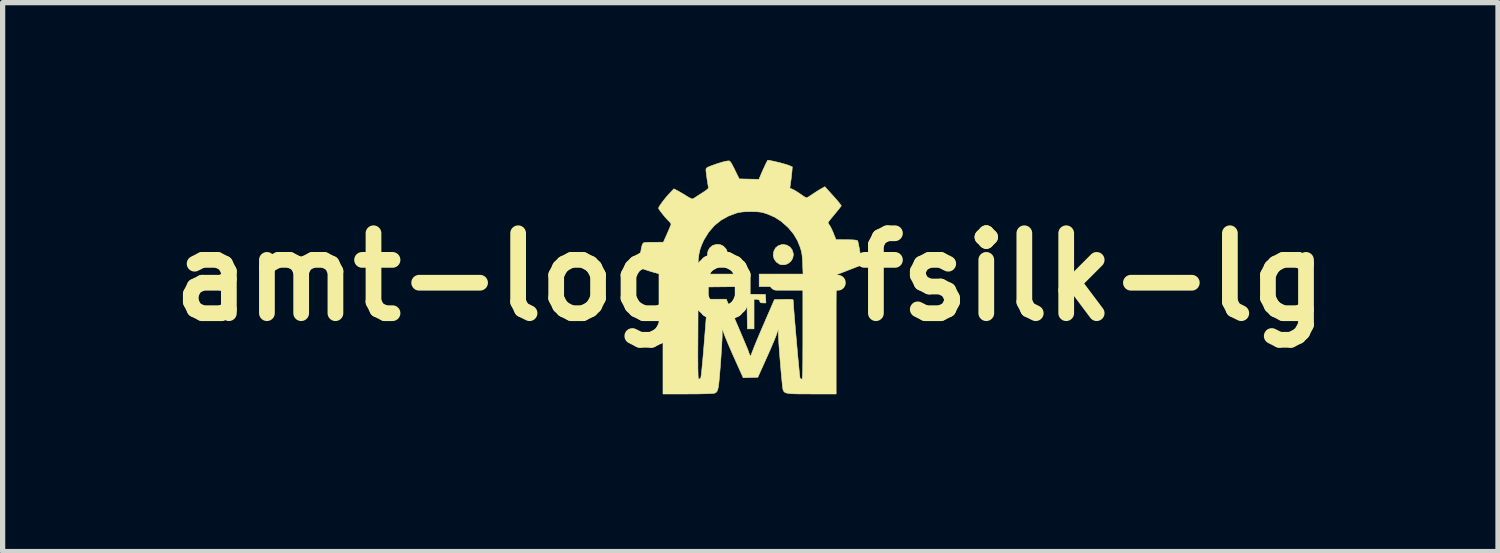
<source format=kicad_pcb>
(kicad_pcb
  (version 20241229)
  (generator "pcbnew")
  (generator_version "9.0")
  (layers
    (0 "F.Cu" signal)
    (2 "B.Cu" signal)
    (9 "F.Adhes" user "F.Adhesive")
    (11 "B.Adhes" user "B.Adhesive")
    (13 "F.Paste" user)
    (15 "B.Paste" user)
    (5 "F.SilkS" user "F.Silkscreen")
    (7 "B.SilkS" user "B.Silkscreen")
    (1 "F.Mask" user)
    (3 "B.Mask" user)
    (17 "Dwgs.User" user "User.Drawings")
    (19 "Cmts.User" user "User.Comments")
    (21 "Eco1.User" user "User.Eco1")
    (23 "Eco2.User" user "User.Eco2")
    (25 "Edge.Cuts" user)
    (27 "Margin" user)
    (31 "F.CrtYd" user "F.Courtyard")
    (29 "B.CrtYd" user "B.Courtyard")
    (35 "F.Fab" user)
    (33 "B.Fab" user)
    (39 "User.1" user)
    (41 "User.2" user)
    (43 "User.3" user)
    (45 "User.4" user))
  (footprint "amt-logo-fsilk-lg"
    (layer "F.Cu")
    (at 11.256 2.232)
    (property "Reference" "amt-logo-fsilk-lg" (at 0 0 0) (layer "F.SilkS") (effects (font (size 1.524 1.524) (thickness 0.3))))
    (attr through_hole)
    (fp_poly (pts (xy 0.698 -0.608) (xy 0.756 -0.572) (xy 0.798 -0.518) (xy 0.819 -0.45) (xy 0.821 -0.418) (xy 0.807 -0.355) (xy 0.773 -0.3) (xy 0.723 -0.259) (xy 0.663 -0.235) (xy 0.6 -0.233) (xy 0.557 -0.245) (xy 0.496 -0.286) (xy 0.455 -0.342) (xy 0.438 -0.407) (xy 0.437 -0.418) (xy 0.449 -0.494) (xy 0.482 -0.555) (xy 0.534 -0.598) (xy 0.6 -0.619) (xy 0.628 -0.621) (xy 0.698 -0.608)) (stroke (width 0.01) (type solid)) (fill yes) (layer "F.SilkS"))
    (fp_poly (pts (xy -0.578 -0.619) (xy -0.516 -0.591) (xy -0.466 -0.54) (xy -0.45 -0.511) (xy -0.429 -0.445) (xy -0.434 -0.383) (xy -0.466 -0.324) (xy -0.493 -0.294) (xy -0.529 -0.261) (xy -0.56 -0.245) (xy -0.598 -0.24) (xy -0.616 -0.24) (xy -0.684 -0.249) (xy -0.73 -0.268) (xy -0.78 -0.313) (xy -0.809 -0.371) (xy -0.818 -0.434) (xy -0.806 -0.498) (xy -0.775 -0.554) (xy -0.724 -0.598) (xy -0.717 -0.601) (xy -0.647 -0.623) (xy -0.578 -0.619)) (stroke (width 0.01) (type solid)) (fill yes) (layer "F.SilkS"))
    (fp_poly (pts (xy 0.289 0.332) (xy 0.298 0.494) (xy 0.242 0.494) (xy 0.204 0.491) (xy 0.187 0.481) (xy 0.181 0.462) (xy 0.172 0.44) (xy 0.148 0.429) (xy 0.123 0.426) (xy 0.071 0.422) (xy 0.071 0.988) (xy -0.056 0.988) (xy -0.06 0.709) (xy -0.064 0.43) (xy -0.12 0.43) (xy -0.157 0.433) (xy -0.175 0.443) (xy -0.181 0.463) (xy -0.188 0.484) (xy -0.206 0.492) (xy -0.237 0.491) (xy -0.272 0.486) (xy -0.288 0.471) (xy -0.294 0.44) (xy -0.294 0.439) (xy -0.295 0.395) (xy -0.29 0.358) (xy -0.282 0.324) (xy 0.289 0.332)) (stroke (width 0.01) (type solid)) (fill yes) (layer "F.SilkS"))
    (fp_poly (pts (xy 0.347 -2.227) (xy 0.384 -2.22) (xy 0.436 -2.209) (xy 0.498 -2.195) (xy 0.564 -2.179) (xy 0.627 -2.162) (xy 0.682 -2.146) (xy 0.723 -2.133) (xy 0.736 -2.128) (xy 0.801 -2.1) (xy 0.794 -2.013) (xy 0.788 -1.955) (xy 0.78 -1.883) (xy 0.771 -1.814) (xy 0.77 -1.811) (xy 0.754 -1.695) (xy 0.811 -1.67) (xy 0.85 -1.65) (xy 0.902 -1.618) (xy 0.955 -1.582) (xy 0.961 -1.578) (xy 1.007 -1.546) (xy 1.045 -1.522) (xy 1.068 -1.511) (xy 1.072 -1.51) (xy 1.091 -1.518) (xy 1.125 -1.538) (xy 1.169 -1.567) (xy 1.176 -1.572) (xy 1.233 -1.61) (xy 1.295 -1.65) (xy 1.342 -1.678) (xy 1.421 -1.722) (xy 1.54 -1.591) (xy 1.59 -1.536) (xy 1.637 -1.483) (xy 1.675 -1.438) (xy 1.698 -1.41) (xy 1.736 -1.359) (xy 1.705 -1.318) (xy 1.683 -1.29) (xy 1.648 -1.247) (xy 1.606 -1.196) (xy 1.578 -1.162) (xy 1.538 -1.114) (xy 1.507 -1.074) (xy 1.487 -1.047) (xy 1.482 -1.038) (xy 1.489 -1.02) (xy 1.508 -0.991) (xy 1.513 -0.984) (xy 1.533 -0.95) (xy 1.558 -0.899) (xy 1.583 -0.841) (xy 1.589 -0.826) (xy 1.634 -0.713) (xy 1.835 -0.711) (xy 1.924 -0.71) (xy 1.987 -0.706) (xy 2.026 -0.701) (xy 2.045 -0.694) (xy 2.046 -0.692) (xy 2.053 -0.67) (xy 2.063 -0.627) (xy 2.074 -0.569) (xy 2.086 -0.502) (xy 2.098 -0.433) (xy 2.107 -0.369) (xy 2.114 -0.316) (xy 2.117 -0.28) (xy 2.117 -0.279) (xy 2.117 -0.228) (xy 1.901 -0.144) (xy 1.827 -0.115) (xy 1.761 -0.089) (xy 1.708 -0.069) (xy 1.672 -0.056) (xy 1.662 -0.052) (xy 1.657 -0.049) (xy 1.653 -0.043) (xy 1.65 -0.031) (xy 1.647 -0.012) (xy 1.645 0.015) (xy 1.643 0.054) (xy 1.641 0.105) (xy 1.64 0.17) (xy 1.639 0.252) (xy 1.638 0.351) (xy 1.637 0.471) (xy 1.637 0.612) (xy 1.637 0.777) (xy 1.637 0.967) (xy 1.637 1.093) (xy 1.637 2.23) (xy 1.178 2.23) (xy 1.042 2.229) (xy 0.931 2.229) (xy 0.843 2.227) (xy 0.775 2.224) (xy 0.724 2.218) (xy 0.687 2.211) (xy 0.661 2.2) (xy 0.644 2.187) (xy 0.633 2.169) (xy 0.624 2.148) (xy 0.623 2.142) (xy 0.618 2.117) (xy 0.612 2.069) (xy 0.605 2) (xy 0.597 1.916) (xy 0.588 1.819) (xy 0.579 1.714) (xy 0.57 1.605) (xy 0.561 1.495) (xy 0.553 1.39) (xy 0.546 1.292) (xy 0.541 1.207) (xy 0.537 1.137) (xy 0.535 1.087) (xy 0.535 1.084) (xy 0.534 0.995) (xy 0.495 1.108) (xy 0.478 1.152) (xy 0.452 1.217) (xy 0.417 1.297) (xy 0.378 1.389) (xy 0.335 1.486) (xy 0.299 1.566) (xy 0.143 1.912) (xy 0.003 1.916) (xy -0.136 1.92) (xy -0.296 1.563) (xy -0.341 1.463) (xy -0.384 1.365) (xy -0.423 1.274) (xy -0.456 1.195) (xy -0.482 1.132) (xy -0.496 1.094) (xy -0.536 0.981) (xy -0.536 1.108) (xy -0.537 1.154) (xy -0.541 1.224) (xy -0.545 1.312) (xy -0.552 1.414) (xy -0.559 1.526) (xy -0.567 1.642) (xy -0.57 1.683) (xy -0.581 1.816) (xy -0.59 1.923) (xy -0.598 2.008) (xy -0.606 2.074) (xy -0.615 2.122) (xy -0.625 2.157) (xy -0.637 2.182) (xy -0.651 2.198) (xy -0.669 2.209) (xy -0.686 2.216) (xy -0.709 2.219) (xy -0.756 2.222) (xy -0.825 2.225) (xy -0.912 2.227) (xy -1.014 2.229) (xy -1.128 2.229) (xy -1.193 2.23) (xy -1.665 2.23) (xy -1.665 -0.053) (xy -1.69 -0.056) (xy -1.006 -0.056) (xy -0.141 -0.056) (xy -0.141 0.183) (xy -0.568 0.187) (xy -0.995 0.191) (xy -0.998 1.069) (xy -0.999 1.251) (xy -1 1.408) (xy -1 1.539) (xy -0.999 1.649) (xy -0.999 1.737) (xy -0.997 1.808) (xy -0.996 1.861) (xy -0.994 1.9) (xy -0.991 1.926) (xy -0.988 1.941) (xy -0.984 1.947) (xy -0.983 1.947) (xy -0.957 1.937) (xy -0.947 1.928) (xy -0.942 1.909) (xy -0.935 1.864) (xy -0.927 1.794) (xy -0.918 1.7) (xy -0.907 1.584) (xy -0.895 1.447) (xy -0.882 1.292) (xy -0.872 1.166) (xy -0.813 0.423) (xy -0.458 0.423) (xy -0.25 0.907) (xy -0.203 1.016) (xy -0.16 1.118) (xy -0.122 1.208) (xy -0.09 1.284) (xy -0.065 1.343) (xy -0.049 1.382) (xy -0.042 1.399) (xy -0.042 1.399) (xy -0.037 1.416) (xy -0.025 1.449) (xy -0.02 1.462) (xy 0.003 1.516) (xy 0.057 1.376) (xy 0.076 1.326) (xy 0.105 1.256) (xy 0.141 1.169) (xy 0.183 1.07) (xy 0.228 0.964) (xy 0.275 0.857) (xy 0.285 0.833) (xy 0.46 0.43) (xy 0.639 0.426) (xy 0.717 0.425) (xy 0.77 0.426) (xy 0.802 0.43) (xy 0.816 0.436) (xy 0.818 0.441) (xy 0.819 0.471) (xy 0.823 0.525) (xy 0.828 0.599) (xy 0.835 0.689) (xy 0.843 0.793) (xy 0.853 0.907) (xy 0.863 1.028) (xy 0.874 1.153) (xy 0.885 1.279) (xy 0.896 1.403) (xy 0.906 1.521) (xy 0.917 1.63) (xy 0.926 1.726) (xy 0.934 1.808) (xy 0.941 1.871) (xy 0.946 1.913) (xy 0.949 1.93) (xy 0.949 1.93) (xy 0.973 1.946) (xy 0.982 1.947) (xy 0.986 1.944) (xy 0.99 1.931) (xy 0.993 1.909) (xy 0.995 1.873) (xy 0.997 1.824) (xy 0.999 1.758) (xy 1 1.674) (xy 1.001 1.57) (xy 1.001 1.443) (xy 1.002 1.293) (xy 1.002 1.118) (xy 1.002 1.065) (xy 1.002 0.183) (xy 0.169 0.183) (xy 0.169 -0.056) (xy 1.006 -0.056) (xy 0.998 -0.25) (xy 0.994 -0.34) (xy 0.988 -0.41) (xy 0.979 -0.468) (xy 0.965 -0.522) (xy 0.955 -0.557) (xy 0.899 -0.696) (xy 0.825 -0.82) (xy 0.729 -0.936) (xy 0.705 -0.959) (xy 0.59 -1.061) (xy 0.468 -1.14) (xy 0.332 -1.199) (xy 0.303 -1.209) (xy 0.249 -1.226) (xy 0.199 -1.237) (xy 0.147 -1.243) (xy 0.082 -1.246) (xy 0.014 -1.247) (xy -0.083 -1.246) (xy -0.16 -1.24) (xy -0.224 -1.23) (xy -0.254 -1.223) (xy -0.414 -1.164) (xy -0.559 -1.083) (xy -0.686 -0.98) (xy -0.794 -0.855) (xy -0.883 -0.711) (xy -0.889 -0.699) (xy -0.929 -0.61) (xy -0.958 -0.528) (xy -0.978 -0.442) (xy -0.991 -0.345) (xy -0.998 -0.236) (xy -1.006 -0.056) (xy -1.69 -0.056) (xy -1.732 -0.062) (xy -1.773 -0.071) (xy -1.832 -0.087) (xy -1.901 -0.107) (xy -1.954 -0.124) (xy -2.11 -0.176) (xy -2.106 -0.303) (xy -2.102 -0.378) (xy -2.093 -0.459) (xy -2.081 -0.53) (xy -2.08 -0.539) (xy -2.066 -0.596) (xy -2.054 -0.63) (xy -2.04 -0.648) (xy -2.027 -0.655) (xy -2.001 -0.658) (xy -1.954 -0.661) (xy -1.893 -0.663) (xy -1.827 -0.663) (xy -1.658 -0.664) (xy -1.584 -0.829) (xy -1.556 -0.893) (xy -1.533 -0.948) (xy -1.517 -0.988) (xy -1.51 -1.009) (xy -1.51 -1.01) (xy -1.519 -1.028) (xy -1.543 -1.056) (xy -1.553 -1.066) (xy -1.589 -1.103) (xy -1.629 -1.148) (xy -1.669 -1.196) (xy -1.705 -1.243) (xy -1.733 -1.281) (xy -1.748 -1.307) (xy -1.75 -1.312) (xy -1.741 -1.335) (xy -1.717 -1.374) (xy -1.682 -1.424) (xy -1.639 -1.48) (xy -1.592 -1.537) (xy -1.545 -1.589) (xy -1.54 -1.595) (xy -1.457 -1.682) (xy -1.396 -1.65) (xy -1.355 -1.628) (xy -1.3 -1.596) (xy -1.241 -1.561) (xy -1.222 -1.548) (xy -1.166 -1.515) (xy -1.128 -1.496) (xy -1.103 -1.489) (xy -1.088 -1.494) (xy -1.087 -1.494) (xy -1.067 -1.507) (xy -1.029 -1.532) (xy -0.978 -1.565) (xy -0.928 -1.597) (xy -0.863 -1.639) (xy -0.821 -1.671) (xy -0.8 -1.693) (xy -0.797 -1.706) (xy -0.803 -1.734) (xy -0.811 -1.781) (xy -0.821 -1.841) (xy -0.83 -1.905) (xy -0.838 -1.966) (xy -0.844 -2.015) (xy -0.846 -2.045) (xy -0.846 -2.046) (xy -0.843 -2.065) (xy -0.83 -2.081) (xy -0.803 -2.097) (xy -0.754 -2.117) (xy -0.74 -2.122) (xy -0.661 -2.151) (xy -0.583 -2.176) (xy -0.511 -2.197) (xy -0.452 -2.21) (xy -0.413 -2.215) (xy -0.413 -2.215) (xy -0.398 -2.212) (xy -0.382 -2.199) (xy -0.363 -2.173) (xy -0.339 -2.129) (xy -0.306 -2.065) (xy -0.296 -2.043) (xy -0.211 -1.871) (xy -0.023 -1.867) (xy 0.165 -1.863) (xy 0.205 -1.958) (xy 0.225 -2.005) (xy 0.25 -2.06) (xy 0.276 -2.117) (xy 0.3 -2.167) (xy 0.32 -2.206) (xy 0.331 -2.226) (xy 0.332 -2.227) (xy 0.347 -2.227)) (stroke (width 0.01) (type solid)) (fill yes) (layer "F.SilkS")))
  (gr_rect
    (start -3 -3)
    (end 25.512 7.466)
    (stroke (width 0.1) (type default))
    (fill no)
    (layer "Edge.Cuts")))
</source>
